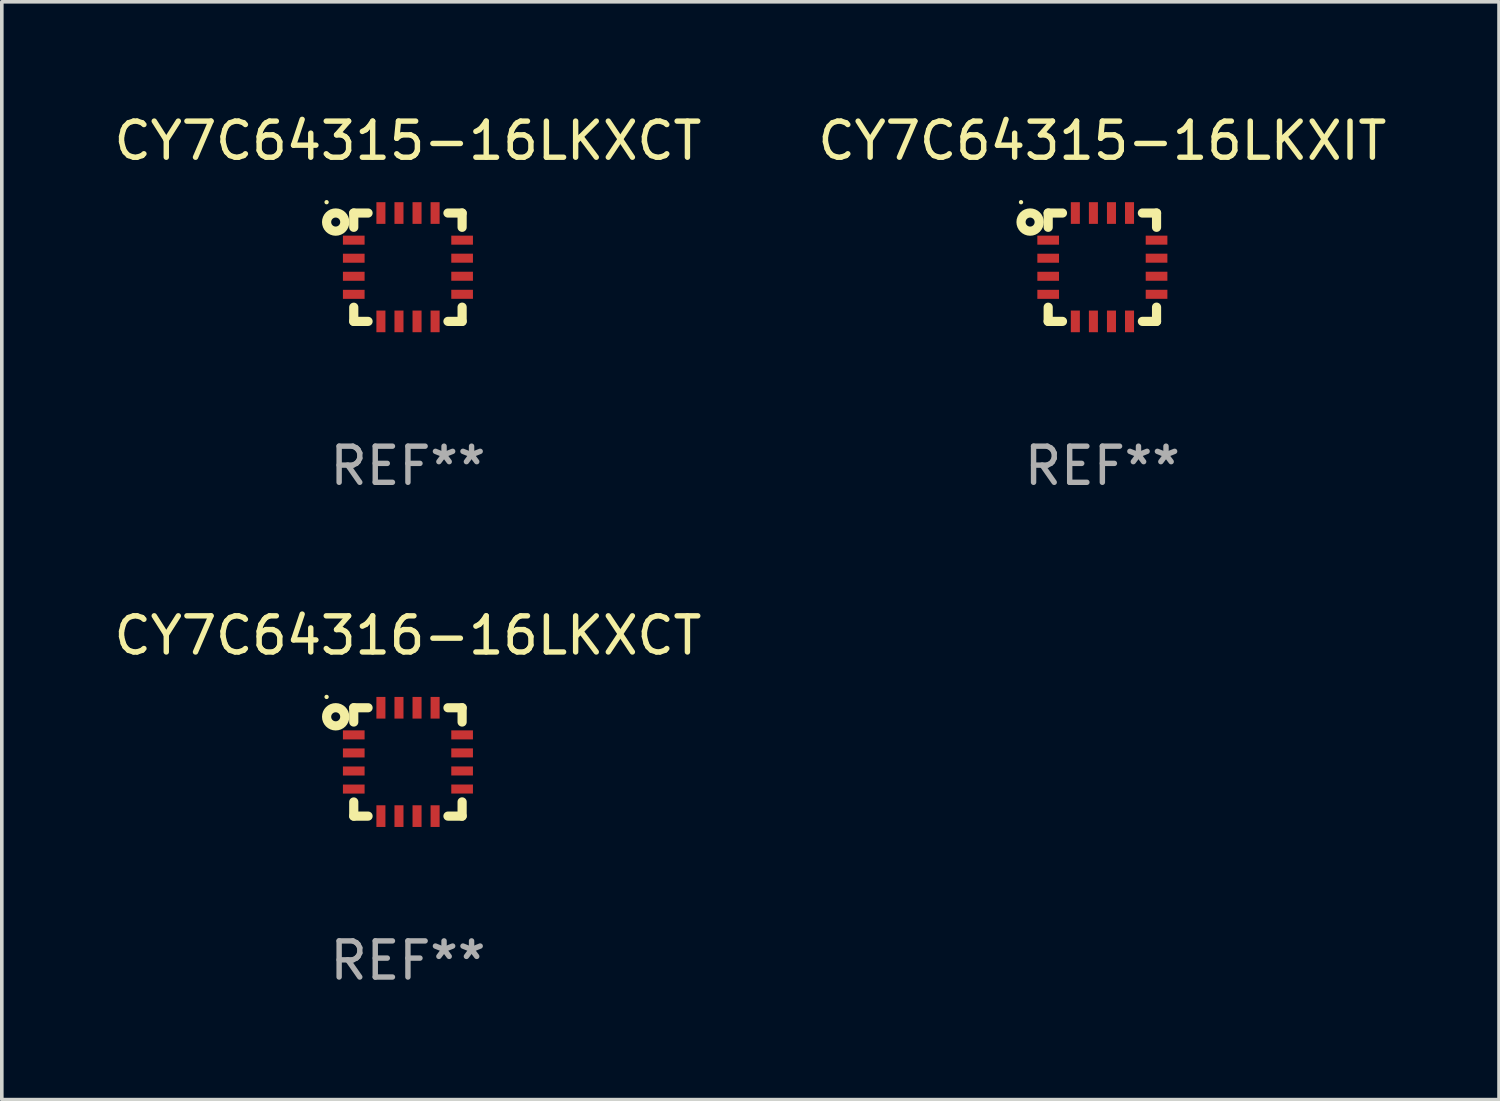
<source format=kicad_pcb>
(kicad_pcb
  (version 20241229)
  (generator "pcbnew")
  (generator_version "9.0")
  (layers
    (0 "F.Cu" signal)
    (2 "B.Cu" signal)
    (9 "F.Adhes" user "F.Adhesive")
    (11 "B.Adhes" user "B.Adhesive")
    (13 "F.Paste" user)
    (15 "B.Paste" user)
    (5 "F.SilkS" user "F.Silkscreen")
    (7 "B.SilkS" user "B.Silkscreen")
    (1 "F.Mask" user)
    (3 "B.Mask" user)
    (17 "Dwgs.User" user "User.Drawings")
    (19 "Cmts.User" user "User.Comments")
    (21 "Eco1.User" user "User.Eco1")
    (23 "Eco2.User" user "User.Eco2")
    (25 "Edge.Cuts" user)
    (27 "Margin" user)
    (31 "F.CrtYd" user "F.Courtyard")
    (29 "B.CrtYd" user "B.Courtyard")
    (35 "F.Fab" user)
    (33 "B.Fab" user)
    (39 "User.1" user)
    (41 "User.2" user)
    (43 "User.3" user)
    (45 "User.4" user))
  (footprint "CY7C64316-16LKXCT"
    (layer "F.Cu")
    (at 8.244 18.045)
    (property "Reference" "CY7C64316-16LKXCT" (at 0 -3.5 0) (layer "F.SilkS") (effects (font (size 1 1) (thickness 0.15))))
    (attr through_hole)
    (fp_line (start -1.5 -1.5) (end -1.5 -1.105) (stroke (width 0.254) (type solid)) (layer "F.SilkS"))
    (fp_line (start -1.5 1.108) (end -1.5 1.5) (stroke (width 0.254) (type solid)) (layer "F.SilkS"))
    (fp_line (start -1.5 1.5) (end -1.104 1.5) (stroke (width 0.254) (type solid)) (layer "F.SilkS"))
    (fp_line (start -1.104 -1.5) (end -1.5 -1.5) (stroke (width 0.254) (type solid)) (layer "F.SilkS"))
    (fp_line (start 1.108 1.5) (end 1.5 1.5) (stroke (width 0.254) (type solid)) (layer "F.SilkS"))
    (fp_line (start 1.5 -1.5) (end 1.108 -1.5) (stroke (width 0.254) (type solid)) (layer "F.SilkS"))
    (fp_line (start 1.5 -1.5) (end 1.5 -1.105) (stroke (width 0.254) (type solid)) (layer "F.SilkS"))
    (fp_line (start 1.5 1.106) (end 1.5 1.5) (stroke (width 0.254) (type solid)) (layer "F.SilkS"))
    (fp_circle (center -2.252 -1.8) (end -2.222 -1.8) (stroke (width 0.06) (type solid)) (fill no) (layer "F.SilkS"))
    (fp_circle (center -2 -1.25) (end -1.875 -1.25) (stroke (width 0.254) (type solid)) (fill no) (layer "F.SilkS"))
    (fp_text user "REF**" (at 0 5.5 0) (layer "F.Fab") (effects (font (size 1 1) (thickness 0.15))))
    (pad "1" smd rect (at -1.5 -0.749 90) (size 0.25 0.6) (layers "F.Cu" "F.Mask" "F.Paste"))
    (pad "2" smd rect (at -1.5 -0.249 90) (size 0.25 0.6) (layers "F.Cu" "F.Mask" "F.Paste"))
    (pad "3" smd rect (at -1.5 0.251 90) (size 0.25 0.6) (layers "F.Cu" "F.Mask" "F.Paste"))
    (pad "4" smd rect (at -1.5 0.751 90) (size 0.25 0.6) (layers "F.Cu" "F.Mask" "F.Paste"))
    (pad "5" smd rect (at -0.748 1.5 180) (size 0.25 0.6) (layers "F.Cu" "F.Mask" "F.Paste"))
    (pad "6" smd rect (at -0.248 1.5 180) (size 0.25 0.6) (layers "F.Cu" "F.Mask" "F.Paste"))
    (pad "7" smd rect (at 0.252 1.5 180) (size 0.25 0.6) (layers "F.Cu" "F.Mask" "F.Paste"))
    (pad "8" smd rect (at 0.752 1.5 180) (size 0.25 0.6) (layers "F.Cu" "F.Mask" "F.Paste"))
    (pad "9" smd rect (at 1.5 0.75 270) (size 0.25 0.6) (layers "F.Cu" "F.Mask" "F.Paste"))
    (pad "10" smd rect (at 1.5 0.25 270) (size 0.25 0.6) (layers "F.Cu" "F.Mask" "F.Paste"))
    (pad "11" smd rect (at 1.5 -0.25 270) (size 0.25 0.6) (layers "F.Cu" "F.Mask" "F.Paste"))
    (pad "12" smd rect (at 1.5 -0.749 270) (size 0.25 0.6) (layers "F.Cu" "F.Mask" "F.Paste"))
    (pad "13" smd rect (at 0.752 -1.5) (size 0.25 0.6) (layers "F.Cu" "F.Mask" "F.Paste"))
    (pad "14" smd rect (at 0.252 -1.5) (size 0.25 0.6) (layers "F.Cu" "F.Mask" "F.Paste"))
    (pad "15" smd rect (at -0.248 -1.5) (size 0.25 0.6) (layers "F.Cu" "F.Mask" "F.Paste"))
    (pad "16" smd rect (at -0.748 -1.5) (size 0.25 0.6) (layers "F.Cu" "F.Mask" "F.Paste")))
  (footprint "CY7C64315-16LKXCT"
    (layer "F.Cu")
    (at 8.244 4.348)
    (property "Reference" "CY7C64315-16LKXCT" (at 0 -3.5 0) (layer "F.SilkS") (effects (font (size 1 1) (thickness 0.15))))
    (attr through_hole)
    (fp_line (start -1.5 -1.5) (end -1.5 -1.105) (stroke (width 0.254) (type solid)) (layer "F.SilkS"))
    (fp_line (start -1.5 1.108) (end -1.5 1.5) (stroke (width 0.254) (type solid)) (layer "F.SilkS"))
    (fp_line (start -1.5 1.5) (end -1.104 1.5) (stroke (width 0.254) (type solid)) (layer "F.SilkS"))
    (fp_line (start -1.104 -1.5) (end -1.5 -1.5) (stroke (width 0.254) (type solid)) (layer "F.SilkS"))
    (fp_line (start 1.108 1.5) (end 1.5 1.5) (stroke (width 0.254) (type solid)) (layer "F.SilkS"))
    (fp_line (start 1.5 -1.5) (end 1.108 -1.5) (stroke (width 0.254) (type solid)) (layer "F.SilkS"))
    (fp_line (start 1.5 -1.5) (end 1.5 -1.105) (stroke (width 0.254) (type solid)) (layer "F.SilkS"))
    (fp_line (start 1.5 1.106) (end 1.5 1.5) (stroke (width 0.254) (type solid)) (layer "F.SilkS"))
    (fp_circle (center -2.252 -1.8) (end -2.222 -1.8) (stroke (width 0.06) (type solid)) (fill no) (layer "F.SilkS"))
    (fp_circle (center -2 -1.25) (end -1.875 -1.25) (stroke (width 0.254) (type solid)) (fill no) (layer "F.SilkS"))
    (fp_text user "REF**" (at 0 5.5 0) (layer "F.Fab") (effects (font (size 1 1) (thickness 0.15))))
    (pad "1" smd rect (at -1.5 -0.749 90) (size 0.25 0.6) (layers "F.Cu" "F.Mask" "F.Paste"))
    (pad "2" smd rect (at -1.5 -0.249 90) (size 0.25 0.6) (layers "F.Cu" "F.Mask" "F.Paste"))
    (pad "3" smd rect (at -1.5 0.251 90) (size 0.25 0.6) (layers "F.Cu" "F.Mask" "F.Paste"))
    (pad "4" smd rect (at -1.5 0.751 90) (size 0.25 0.6) (layers "F.Cu" "F.Mask" "F.Paste"))
    (pad "5" smd rect (at -0.748 1.5 180) (size 0.25 0.6) (layers "F.Cu" "F.Mask" "F.Paste"))
    (pad "6" smd rect (at -0.248 1.5 180) (size 0.25 0.6) (layers "F.Cu" "F.Mask" "F.Paste"))
    (pad "7" smd rect (at 0.252 1.5 180) (size 0.25 0.6) (layers "F.Cu" "F.Mask" "F.Paste"))
    (pad "8" smd rect (at 0.752 1.5 180) (size 0.25 0.6) (layers "F.Cu" "F.Mask" "F.Paste"))
    (pad "9" smd rect (at 1.5 0.75 270) (size 0.25 0.6) (layers "F.Cu" "F.Mask" "F.Paste"))
    (pad "10" smd rect (at 1.5 0.25 270) (size 0.25 0.6) (layers "F.Cu" "F.Mask" "F.Paste"))
    (pad "11" smd rect (at 1.5 -0.25 270) (size 0.25 0.6) (layers "F.Cu" "F.Mask" "F.Paste"))
    (pad "12" smd rect (at 1.5 -0.749 270) (size 0.25 0.6) (layers "F.Cu" "F.Mask" "F.Paste"))
    (pad "13" smd rect (at 0.752 -1.5) (size 0.25 0.6) (layers "F.Cu" "F.Mask" "F.Paste"))
    (pad "14" smd rect (at 0.252 -1.5) (size 0.25 0.6) (layers "F.Cu" "F.Mask" "F.Paste"))
    (pad "15" smd rect (at -0.248 -1.5) (size 0.25 0.6) (layers "F.Cu" "F.Mask" "F.Paste"))
    (pad "16" smd rect (at -0.748 -1.5) (size 0.25 0.6) (layers "F.Cu" "F.Mask" "F.Paste")))
  (footprint "CY7C64315-16LKXIT"
    (layer "F.Cu")
    (at 27.47 4.348)
    (property "Reference" "CY7C64315-16LKXIT" (at 0 -3.5 0) (layer "F.SilkS") (effects (font (size 1 1) (thickness 0.15))))
    (attr through_hole)
    (fp_line (start -1.5 -1.5) (end -1.5 -1.105) (stroke (width 0.254) (type solid)) (layer "F.SilkS"))
    (fp_line (start -1.5 1.108) (end -1.5 1.5) (stroke (width 0.254) (type solid)) (layer "F.SilkS"))
    (fp_line (start -1.5 1.5) (end -1.104 1.5) (stroke (width 0.254) (type solid)) (layer "F.SilkS"))
    (fp_line (start -1.104 -1.5) (end -1.5 -1.5) (stroke (width 0.254) (type solid)) (layer "F.SilkS"))
    (fp_line (start 1.108 1.5) (end 1.5 1.5) (stroke (width 0.254) (type solid)) (layer "F.SilkS"))
    (fp_line (start 1.5 -1.5) (end 1.108 -1.5) (stroke (width 0.254) (type solid)) (layer "F.SilkS"))
    (fp_line (start 1.5 -1.5) (end 1.5 -1.105) (stroke (width 0.254) (type solid)) (layer "F.SilkS"))
    (fp_line (start 1.5 1.106) (end 1.5 1.5) (stroke (width 0.254) (type solid)) (layer "F.SilkS"))
    (fp_circle (center -2.252 -1.8) (end -2.222 -1.8) (stroke (width 0.06) (type solid)) (fill no) (layer "F.SilkS"))
    (fp_circle (center -2 -1.25) (end -1.875 -1.25) (stroke (width 0.254) (type solid)) (fill no) (layer "F.SilkS"))
    (fp_text user "REF**" (at 0 5.5 0) (layer "F.Fab") (effects (font (size 1 1) (thickness 0.15))))
    (pad "1" smd rect (at -1.5 -0.749 90) (size 0.25 0.6) (layers "F.Cu" "F.Mask" "F.Paste"))
    (pad "2" smd rect (at -1.5 -0.249 90) (size 0.25 0.6) (layers "F.Cu" "F.Mask" "F.Paste"))
    (pad "3" smd rect (at -1.5 0.251 90) (size 0.25 0.6) (layers "F.Cu" "F.Mask" "F.Paste"))
    (pad "4" smd rect (at -1.5 0.751 90) (size 0.25 0.6) (layers "F.Cu" "F.Mask" "F.Paste"))
    (pad "5" smd rect (at -0.748 1.5 180) (size 0.25 0.6) (layers "F.Cu" "F.Mask" "F.Paste"))
    (pad "6" smd rect (at -0.248 1.5 180) (size 0.25 0.6) (layers "F.Cu" "F.Mask" "F.Paste"))
    (pad "7" smd rect (at 0.252 1.5 180) (size 0.25 0.6) (layers "F.Cu" "F.Mask" "F.Paste"))
    (pad "8" smd rect (at 0.752 1.5 180) (size 0.25 0.6) (layers "F.Cu" "F.Mask" "F.Paste"))
    (pad "9" smd rect (at 1.5 0.75 270) (size 0.25 0.6) (layers "F.Cu" "F.Mask" "F.Paste"))
    (pad "10" smd rect (at 1.5 0.25 270) (size 0.25 0.6) (layers "F.Cu" "F.Mask" "F.Paste"))
    (pad "11" smd rect (at 1.5 -0.25 270) (size 0.25 0.6) (layers "F.Cu" "F.Mask" "F.Paste"))
    (pad "12" smd rect (at 1.5 -0.749 270) (size 0.25 0.6) (layers "F.Cu" "F.Mask" "F.Paste"))
    (pad "13" smd rect (at 0.752 -1.5) (size 0.25 0.6) (layers "F.Cu" "F.Mask" "F.Paste"))
    (pad "14" smd rect (at 0.252 -1.5) (size 0.25 0.6) (layers "F.Cu" "F.Mask" "F.Paste"))
    (pad "15" smd rect (at -0.248 -1.5) (size 0.25 0.6) (layers "F.Cu" "F.Mask" "F.Paste"))
    (pad "16" smd rect (at -0.748 -1.5) (size 0.25 0.6) (layers "F.Cu" "F.Mask" "F.Paste")))
  (gr_rect
    (start -3 -3)
    (end 38.452 27.393)
    (stroke (width 0.1) (type default))
    (fill no)
    (layer "Edge.Cuts")))
</source>
